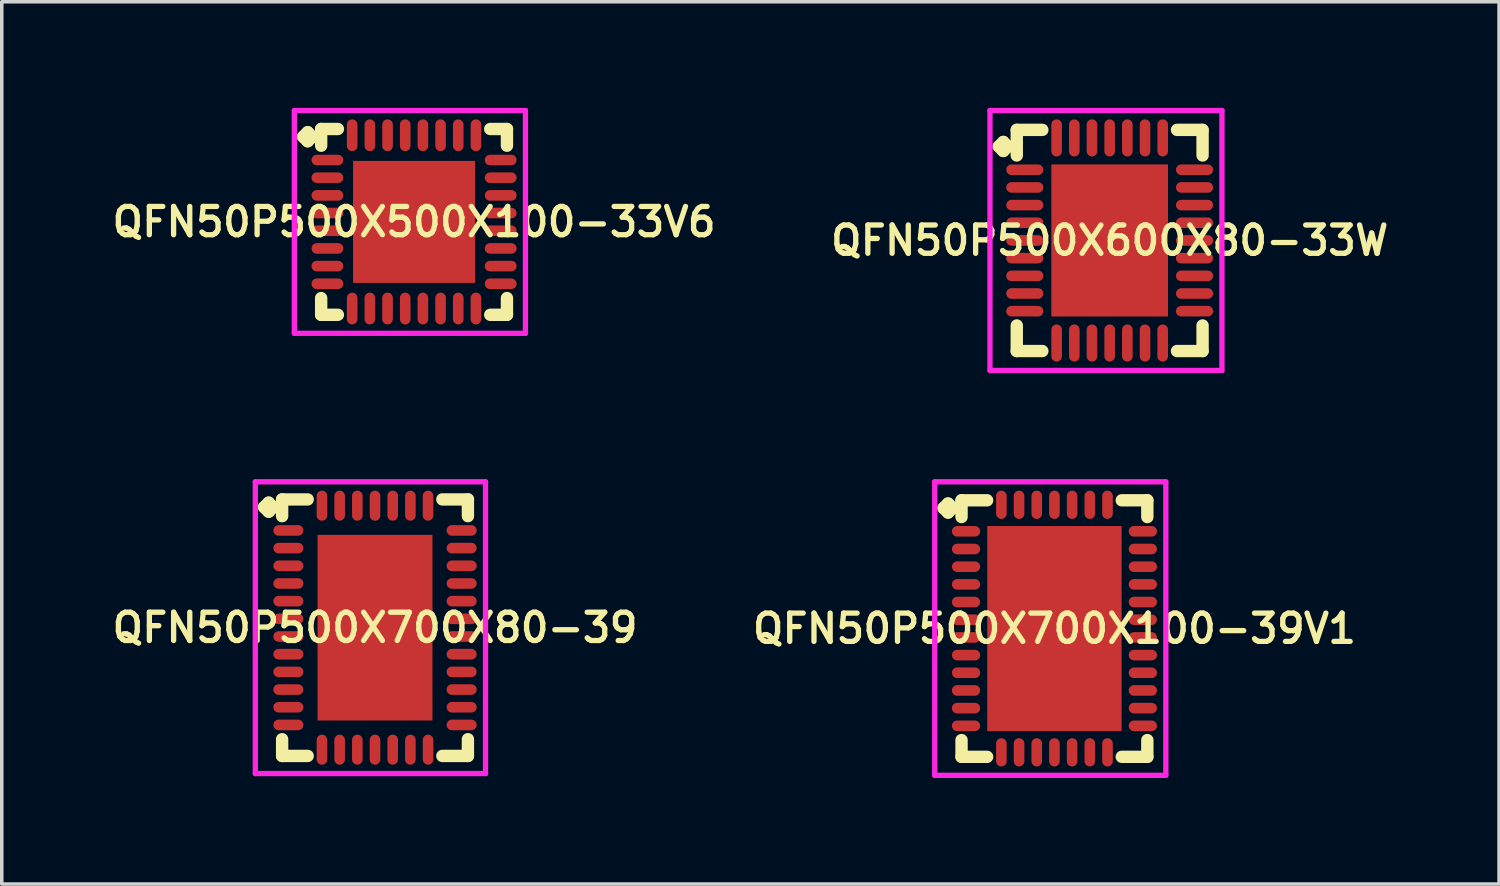
<source format=kicad_pcb>
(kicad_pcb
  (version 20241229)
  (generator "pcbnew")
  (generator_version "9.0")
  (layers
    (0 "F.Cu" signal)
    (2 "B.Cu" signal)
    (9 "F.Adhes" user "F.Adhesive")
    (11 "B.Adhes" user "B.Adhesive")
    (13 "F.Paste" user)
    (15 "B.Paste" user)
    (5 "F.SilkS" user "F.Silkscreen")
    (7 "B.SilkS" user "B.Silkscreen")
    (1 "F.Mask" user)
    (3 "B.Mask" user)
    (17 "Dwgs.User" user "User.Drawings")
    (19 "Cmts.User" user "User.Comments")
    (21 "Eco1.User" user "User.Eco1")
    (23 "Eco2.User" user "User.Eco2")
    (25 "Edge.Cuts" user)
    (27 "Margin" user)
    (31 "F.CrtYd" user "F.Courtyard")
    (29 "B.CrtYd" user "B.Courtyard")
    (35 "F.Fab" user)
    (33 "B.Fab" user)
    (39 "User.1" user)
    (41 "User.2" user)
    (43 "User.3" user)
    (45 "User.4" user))
  (footprint "QFN50P500X700X100-39V1"
    (layer "F.Cu")
    (at 26.768 14.725)
    (property "Reference" "QFN50P500X700X100-39V1" (at 0 0 0) (layer "F.SilkS") (effects (font (size 0.8 0.8) (thickness 0.15))))
    (attr smd)
    (fp_line (start -3.135 -3.408) (end -3.008 -3.535) (stroke (width 0.35) (type solid)) (layer "F.SilkS"))
    (fp_line (start -3.008 -3.535) (end -2.881 -3.408) (stroke (width 0.35) (type solid)) (layer "F.SilkS"))
    (fp_line (start -3.008 -3.281) (end -3.135 -3.408) (stroke (width 0.35) (type solid)) (layer "F.SilkS"))
    (fp_line (start -2.881 -3.408) (end -3.008 -3.281) (stroke (width 0.35) (type solid)) (layer "F.SilkS"))
    (fp_line (start -2.627 -3.627) (end -1.904 -3.627) (stroke (width 0.35) (type solid)) (layer "F.SilkS"))
    (fp_line (start -2.627 -3.154) (end -2.627 -3.627) (stroke (width 0.35) (type solid)) (layer "F.SilkS"))
    (fp_line (start -2.627 3.154) (end -2.627 3.627) (stroke (width 0.35) (type solid)) (layer "F.SilkS"))
    (fp_line (start -2.627 3.627) (end -1.904 3.627) (stroke (width 0.35) (type solid)) (layer "F.SilkS"))
    (fp_line (start 1.904 -3.627) (end 2.627 -3.627) (stroke (width 0.35) (type solid)) (layer "F.SilkS"))
    (fp_line (start 1.904 3.627) (end 2.627 3.627) (stroke (width 0.35) (type solid)) (layer "F.SilkS"))
    (fp_line (start 2.627 -3.627) (end 2.627 -3.154) (stroke (width 0.35) (type solid)) (layer "F.SilkS"))
    (fp_line (start 2.627 3.627) (end 2.627 3.154) (stroke (width 0.35) (type solid)) (layer "F.SilkS"))
    (fp_line (start -3.385 -4.15) (end 3.15 -4.15) (stroke (width 0.15) (type solid)) (layer "F.CrtYd"))
    (fp_line (start -3.385 4.15) (end -3.385 -4.15) (stroke (width 0.15) (type solid)) (layer "F.CrtYd"))
    (fp_line (start 3.15 -4.15) (end 3.15 4.15) (stroke (width 0.15) (type solid)) (layer "F.CrtYd"))
    (fp_line (start 3.15 4.15) (end -3.385 4.15) (stroke (width 0.15) (type solid)) (layer "F.CrtYd"))
    (pad "1" smd oval (at -2.5 -2.75) (size 0.8 0.3) (layers "F.Cu" "F.Mask" "F.Paste"))
    (pad "2" smd oval (at -2.5 -2.25) (size 0.8 0.3) (layers "F.Cu" "F.Mask" "F.Paste"))
    (pad "3" smd oval (at -2.5 -1.75) (size 0.8 0.3) (layers "F.Cu" "F.Mask" "F.Paste"))
    (pad "4" smd oval (at -2.5 -1.25) (size 0.8 0.3) (layers "F.Cu" "F.Mask" "F.Paste"))
    (pad "5" smd oval (at -2.5 -0.75) (size 0.8 0.3) (layers "F.Cu" "F.Mask" "F.Paste"))
    (pad "6" smd oval (at -2.5 -0.25) (size 0.8 0.3) (layers "F.Cu" "F.Mask" "F.Paste"))
    (pad "7" smd oval (at -2.5 0.25) (size 0.8 0.3) (layers "F.Cu" "F.Mask" "F.Paste"))
    (pad "8" smd oval (at -2.5 0.75) (size 0.8 0.3) (layers "F.Cu" "F.Mask" "F.Paste"))
    (pad "9" smd oval (at -2.5 1.25) (size 0.8 0.3) (layers "F.Cu" "F.Mask" "F.Paste"))
    (pad "10" smd oval (at -2.5 1.75) (size 0.8 0.3) (layers "F.Cu" "F.Mask" "F.Paste"))
    (pad "11" smd oval (at -2.5 2.25) (size 0.8 0.3) (layers "F.Cu" "F.Mask" "F.Paste"))
    (pad "12" smd oval (at -2.5 2.75) (size 0.8 0.3) (layers "F.Cu" "F.Mask" "F.Paste"))
    (pad "13" smd oval (at -1.5 3.5) (size 0.3 0.8) (layers "F.Cu" "F.Mask" "F.Paste"))
    (pad "14" smd oval (at -1 3.5) (size 0.3 0.8) (layers "F.Cu" "F.Mask" "F.Paste"))
    (pad "15" smd oval (at -0.5 3.5) (size 0.3 0.8) (layers "F.Cu" "F.Mask" "F.Paste"))
    (pad "16" smd oval (at 0 3.5) (size 0.3 0.8) (layers "F.Cu" "F.Mask" "F.Paste"))
    (pad "17" smd oval (at 0.5 3.5) (size 0.3 0.8) (layers "F.Cu" "F.Mask" "F.Paste"))
    (pad "18" smd oval (at 1 3.5) (size 0.3 0.8) (layers "F.Cu" "F.Mask" "F.Paste"))
    (pad "19" smd oval (at 1.5 3.5) (size 0.3 0.8) (layers "F.Cu" "F.Mask" "F.Paste"))
    (pad "20" smd oval (at 2.5 2.75) (size 0.8 0.3) (layers "F.Cu" "F.Mask" "F.Paste"))
    (pad "21" smd oval (at 2.5 2.25) (size 0.8 0.3) (layers "F.Cu" "F.Mask" "F.Paste"))
    (pad "22" smd oval (at 2.5 1.75) (size 0.8 0.3) (layers "F.Cu" "F.Mask" "F.Paste"))
    (pad "23" smd oval (at 2.5 1.25) (size 0.8 0.3) (layers "F.Cu" "F.Mask" "F.Paste"))
    (pad "24" smd oval (at 2.5 0.75) (size 0.8 0.3) (layers "F.Cu" "F.Mask" "F.Paste"))
    (pad "25" smd oval (at 2.5 0.25) (size 0.8 0.3) (layers "F.Cu" "F.Mask" "F.Paste"))
    (pad "26" smd oval (at 2.5 -0.25) (size 0.8 0.3) (layers "F.Cu" "F.Mask" "F.Paste"))
    (pad "27" smd oval (at 2.5 -0.75) (size 0.8 0.3) (layers "F.Cu" "F.Mask" "F.Paste"))
    (pad "28" smd oval (at 2.5 -1.25) (size 0.8 0.3) (layers "F.Cu" "F.Mask" "F.Paste"))
    (pad "29" smd oval (at 2.5 -1.75) (size 0.8 0.3) (layers "F.Cu" "F.Mask" "F.Paste"))
    (pad "30" smd oval (at 2.5 -2.25) (size 0.8 0.3) (layers "F.Cu" "F.Mask" "F.Paste"))
    (pad "31" smd oval (at 2.5 -2.75) (size 0.8 0.3) (layers "F.Cu" "F.Mask" "F.Paste"))
    (pad "32" smd oval (at 1.5 -3.5) (size 0.3 0.8) (layers "F.Cu" "F.Mask" "F.Paste"))
    (pad "33" smd oval (at 1 -3.5) (size 0.3 0.8) (layers "F.Cu" "F.Mask" "F.Paste"))
    (pad "34" smd oval (at 0.5 -3.5) (size 0.3 0.8) (layers "F.Cu" "F.Mask" "F.Paste"))
    (pad "35" smd oval (at 0 -3.5) (size 0.3 0.8) (layers "F.Cu" "F.Mask" "F.Paste"))
    (pad "36" smd oval (at -0.5 -3.5) (size 0.3 0.8) (layers "F.Cu" "F.Mask" "F.Paste"))
    (pad "37" smd oval (at -1 -3.5) (size 0.3 0.8) (layers "F.Cu" "F.Mask" "F.Paste"))
    (pad "38" smd oval (at -1.5 -3.5) (size 0.3 0.8) (layers "F.Cu" "F.Mask" "F.Paste"))
    (pad "39" smd rect (at 0 0) (size 3.8 5.8) (layers "F.Cu" "F.Mask" "F.Paste")))
  (footprint "QFN50P500X600X80-33W"
    (layer "F.Cu")
    (at 28.33 3.75)
    (property "Reference" "QFN50P500X600X80-33W" (at 0 0 0) (layer "F.SilkS") (effects (font (size 0.8 0.8) (thickness 0.15))))
    (attr smd)
    (fp_line (start -3.135 -2.658) (end -3.008 -2.785) (stroke (width 0.35) (type solid)) (layer "F.SilkS"))
    (fp_line (start -3.008 -2.785) (end -2.881 -2.658) (stroke (width 0.35) (type solid)) (layer "F.SilkS"))
    (fp_line (start -3.008 -2.531) (end -3.135 -2.658) (stroke (width 0.35) (type solid)) (layer "F.SilkS"))
    (fp_line (start -2.881 -2.658) (end -3.008 -2.531) (stroke (width 0.35) (type solid)) (layer "F.SilkS"))
    (fp_line (start -2.627 -3.127) (end -1.904 -3.127) (stroke (width 0.35) (type solid)) (layer "F.SilkS"))
    (fp_line (start -2.627 -2.404) (end -2.627 -3.127) (stroke (width 0.35) (type solid)) (layer "F.SilkS"))
    (fp_line (start -2.627 2.404) (end -2.627 3.127) (stroke (width 0.35) (type solid)) (layer "F.SilkS"))
    (fp_line (start -2.627 3.127) (end -1.904 3.127) (stroke (width 0.35) (type solid)) (layer "F.SilkS"))
    (fp_line (start 1.904 -3.127) (end 2.627 -3.127) (stroke (width 0.35) (type solid)) (layer "F.SilkS"))
    (fp_line (start 1.904 3.127) (end 2.627 3.127) (stroke (width 0.35) (type solid)) (layer "F.SilkS"))
    (fp_line (start 2.627 -3.127) (end 2.627 -2.404) (stroke (width 0.35) (type solid)) (layer "F.SilkS"))
    (fp_line (start 2.627 3.127) (end 2.627 2.404) (stroke (width 0.35) (type solid)) (layer "F.SilkS"))
    (fp_line (start -3.385 -3.675) (end 3.175 -3.675) (stroke (width 0.15) (type solid)) (layer "F.CrtYd"))
    (fp_line (start -3.385 3.675) (end -3.385 -3.675) (stroke (width 0.15) (type solid)) (layer "F.CrtYd"))
    (fp_line (start 3.175 -3.675) (end 3.175 3.675) (stroke (width 0.15) (type solid)) (layer "F.CrtYd"))
    (fp_line (start 3.175 3.675) (end -3.385 3.675) (stroke (width 0.15) (type solid)) (layer "F.CrtYd"))
    (pad "1" smd oval (at -2.4 -2) (size 1.05 0.3) (layers "F.Cu" "F.Mask" "F.Paste"))
    (pad "2" smd oval (at -2.4 -1.5) (size 1.05 0.3) (layers "F.Cu" "F.Mask" "F.Paste"))
    (pad "3" smd oval (at -2.4 -1) (size 1.05 0.3) (layers "F.Cu" "F.Mask" "F.Paste"))
    (pad "4" smd oval (at -2.4 -0.5) (size 1.05 0.3) (layers "F.Cu" "F.Mask" "F.Paste"))
    (pad "5" smd oval (at -2.4 0) (size 1.05 0.3) (layers "F.Cu" "F.Mask" "F.Paste"))
    (pad "6" smd oval (at -2.4 0.5) (size 1.05 0.3) (layers "F.Cu" "F.Mask" "F.Paste"))
    (pad "7" smd oval (at -2.4 1) (size 1.05 0.3) (layers "F.Cu" "F.Mask" "F.Paste"))
    (pad "8" smd oval (at -2.4 1.5) (size 1.05 0.3) (layers "F.Cu" "F.Mask" "F.Paste"))
    (pad "9" smd oval (at -2.4 2) (size 1.05 0.3) (layers "F.Cu" "F.Mask" "F.Paste"))
    (pad "10" smd oval (at -1.5 2.9) (size 0.3 1.05) (layers "F.Cu" "F.Mask" "F.Paste"))
    (pad "11" smd oval (at -1 2.9) (size 0.3 1.05) (layers "F.Cu" "F.Mask" "F.Paste"))
    (pad "12" smd oval (at -0.5 2.9) (size 0.3 1.05) (layers "F.Cu" "F.Mask" "F.Paste"))
    (pad "13" smd oval (at 0 2.9) (size 0.3 1.05) (layers "F.Cu" "F.Mask" "F.Paste"))
    (pad "14" smd oval (at 0.5 2.9) (size 0.3 1.05) (layers "F.Cu" "F.Mask" "F.Paste"))
    (pad "15" smd oval (at 1 2.9) (size 0.3 1.05) (layers "F.Cu" "F.Mask" "F.Paste"))
    (pad "16" smd oval (at 1.5 2.9) (size 0.3 1.05) (layers "F.Cu" "F.Mask" "F.Paste"))
    (pad "17" smd oval (at 2.4 2) (size 1.05 0.3) (layers "F.Cu" "F.Mask" "F.Paste"))
    (pad "18" smd oval (at 2.4 1.5) (size 1.05 0.3) (layers "F.Cu" "F.Mask" "F.Paste"))
    (pad "19" smd oval (at 2.4 1) (size 1.05 0.3) (layers "F.Cu" "F.Mask" "F.Paste"))
    (pad "20" smd oval (at 2.4 0.5) (size 1.05 0.3) (layers "F.Cu" "F.Mask" "F.Paste"))
    (pad "21" smd oval (at 2.4 0) (size 1.05 0.3) (layers "F.Cu" "F.Mask" "F.Paste"))
    (pad "22" smd oval (at 2.4 -0.5) (size 1.05 0.3) (layers "F.Cu" "F.Mask" "F.Paste"))
    (pad "23" smd oval (at 2.4 -1) (size 1.05 0.3) (layers "F.Cu" "F.Mask" "F.Paste"))
    (pad "24" smd oval (at 2.4 -1.5) (size 1.05 0.3) (layers "F.Cu" "F.Mask" "F.Paste"))
    (pad "25" smd oval (at 2.4 -2) (size 1.05 0.3) (layers "F.Cu" "F.Mask" "F.Paste"))
    (pad "26" smd oval (at 1.5 -2.9) (size 0.3 1.05) (layers "F.Cu" "F.Mask" "F.Paste"))
    (pad "27" smd oval (at 1 -2.9) (size 0.3 1.05) (layers "F.Cu" "F.Mask" "F.Paste"))
    (pad "28" smd oval (at 0.5 -2.9) (size 0.3 1.05) (layers "F.Cu" "F.Mask" "F.Paste"))
    (pad "29" smd oval (at 0 -2.9) (size 0.3 1.05) (layers "F.Cu" "F.Mask" "F.Paste"))
    (pad "30" smd oval (at -0.5 -2.9) (size 0.3 1.05) (layers "F.Cu" "F.Mask" "F.Paste"))
    (pad "31" smd oval (at -1 -2.9) (size 0.3 1.05) (layers "F.Cu" "F.Mask" "F.Paste"))
    (pad "32" smd oval (at -1.5 -2.9) (size 0.3 1.05) (layers "F.Cu" "F.Mask" "F.Paste"))
    (pad "33" smd rect (at 0 0) (size 3.3 4.3) (layers "F.Cu" "F.Mask" "F.Paste")))
  (footprint "QFN50P500X700X80-39"
    (layer "F.Cu")
    (at 7.555 14.7)
    (property "Reference" "QFN50P500X700X80-39" (at 0 0 0) (layer "F.SilkS") (effects (font (size 0.8 0.8) (thickness 0.15))))
    (attr smd)
    (fp_line (start -3.135 -3.408) (end -3.008 -3.535) (stroke (width 0.35) (type solid)) (layer "F.SilkS"))
    (fp_line (start -3.008 -3.535) (end -2.881 -3.408) (stroke (width 0.35) (type solid)) (layer "F.SilkS"))
    (fp_line (start -3.008 -3.281) (end -3.135 -3.408) (stroke (width 0.35) (type solid)) (layer "F.SilkS"))
    (fp_line (start -2.881 -3.408) (end -3.008 -3.281) (stroke (width 0.35) (type solid)) (layer "F.SilkS"))
    (fp_line (start -2.627 -3.627) (end -1.904 -3.627) (stroke (width 0.35) (type solid)) (layer "F.SilkS"))
    (fp_line (start -2.627 -3.154) (end -2.627 -3.627) (stroke (width 0.35) (type solid)) (layer "F.SilkS"))
    (fp_line (start -2.627 3.154) (end -2.627 3.627) (stroke (width 0.35) (type solid)) (layer "F.SilkS"))
    (fp_line (start -2.627 3.627) (end -1.904 3.627) (stroke (width 0.35) (type solid)) (layer "F.SilkS"))
    (fp_line (start 1.904 -3.627) (end 2.627 -3.627) (stroke (width 0.35) (type solid)) (layer "F.SilkS"))
    (fp_line (start 1.904 3.627) (end 2.627 3.627) (stroke (width 0.35) (type solid)) (layer "F.SilkS"))
    (fp_line (start 2.627 -3.627) (end 2.627 -3.154) (stroke (width 0.35) (type solid)) (layer "F.SilkS"))
    (fp_line (start 2.627 3.627) (end 2.627 3.154) (stroke (width 0.35) (type solid)) (layer "F.SilkS"))
    (fp_line (start -3.385 -4.125) (end 3.125 -4.125) (stroke (width 0.15) (type solid)) (layer "F.CrtYd"))
    (fp_line (start -3.385 4.125) (end -3.385 -4.125) (stroke (width 0.15) (type solid)) (layer "F.CrtYd"))
    (fp_line (start 3.125 -4.125) (end 3.125 4.125) (stroke (width 0.15) (type solid)) (layer "F.CrtYd"))
    (fp_line (start 3.125 4.125) (end -3.385 4.125) (stroke (width 0.15) (type solid)) (layer "F.CrtYd"))
    (pad "1" smd oval (at -2.45 -2.75) (size 0.85 0.3) (layers "F.Cu" "F.Mask" "F.Paste"))
    (pad "2" smd oval (at -2.45 -2.25) (size 0.85 0.3) (layers "F.Cu" "F.Mask" "F.Paste"))
    (pad "3" smd oval (at -2.45 -1.75) (size 0.85 0.3) (layers "F.Cu" "F.Mask" "F.Paste"))
    (pad "4" smd oval (at -2.45 -1.25) (size 0.85 0.3) (layers "F.Cu" "F.Mask" "F.Paste"))
    (pad "5" smd oval (at -2.45 -0.75) (size 0.85 0.3) (layers "F.Cu" "F.Mask" "F.Paste"))
    (pad "6" smd oval (at -2.45 -0.25) (size 0.85 0.3) (layers "F.Cu" "F.Mask" "F.Paste"))
    (pad "7" smd oval (at -2.45 0.25) (size 0.85 0.3) (layers "F.Cu" "F.Mask" "F.Paste"))
    (pad "8" smd oval (at -2.45 0.75) (size 0.85 0.3) (layers "F.Cu" "F.Mask" "F.Paste"))
    (pad "9" smd oval (at -2.45 1.25) (size 0.85 0.3) (layers "F.Cu" "F.Mask" "F.Paste"))
    (pad "10" smd oval (at -2.45 1.75) (size 0.85 0.3) (layers "F.Cu" "F.Mask" "F.Paste"))
    (pad "11" smd oval (at -2.45 2.25) (size 0.85 0.3) (layers "F.Cu" "F.Mask" "F.Paste"))
    (pad "12" smd oval (at -2.45 2.75) (size 0.85 0.3) (layers "F.Cu" "F.Mask" "F.Paste"))
    (pad "13" smd oval (at -1.5 3.45) (size 0.3 0.85) (layers "F.Cu" "F.Mask" "F.Paste"))
    (pad "14" smd oval (at -1 3.45) (size 0.3 0.85) (layers "F.Cu" "F.Mask" "F.Paste"))
    (pad "15" smd oval (at -0.5 3.45) (size 0.3 0.85) (layers "F.Cu" "F.Mask" "F.Paste"))
    (pad "16" smd oval (at 0 3.45) (size 0.3 0.85) (layers "F.Cu" "F.Mask" "F.Paste"))
    (pad "17" smd oval (at 0.5 3.45) (size 0.3 0.85) (layers "F.Cu" "F.Mask" "F.Paste"))
    (pad "18" smd oval (at 1 3.45) (size 0.3 0.85) (layers "F.Cu" "F.Mask" "F.Paste"))
    (pad "19" smd oval (at 1.5 3.45) (size 0.3 0.85) (layers "F.Cu" "F.Mask" "F.Paste"))
    (pad "20" smd oval (at 2.45 2.75) (size 0.85 0.3) (layers "F.Cu" "F.Mask" "F.Paste"))
    (pad "21" smd oval (at 2.45 2.25) (size 0.85 0.3) (layers "F.Cu" "F.Mask" "F.Paste"))
    (pad "22" smd oval (at 2.45 1.75) (size 0.85 0.3) (layers "F.Cu" "F.Mask" "F.Paste"))
    (pad "23" smd oval (at 2.45 1.25) (size 0.85 0.3) (layers "F.Cu" "F.Mask" "F.Paste"))
    (pad "24" smd oval (at 2.45 0.75) (size 0.85 0.3) (layers "F.Cu" "F.Mask" "F.Paste"))
    (pad "25" smd oval (at 2.45 0.25) (size 0.85 0.3) (layers "F.Cu" "F.Mask" "F.Paste"))
    (pad "26" smd oval (at 2.45 -0.25) (size 0.85 0.3) (layers "F.Cu" "F.Mask" "F.Paste"))
    (pad "27" smd oval (at 2.45 -0.75) (size 0.85 0.3) (layers "F.Cu" "F.Mask" "F.Paste"))
    (pad "28" smd oval (at 2.45 -1.25) (size 0.85 0.3) (layers "F.Cu" "F.Mask" "F.Paste"))
    (pad "29" smd oval (at 2.45 -1.75) (size 0.85 0.3) (layers "F.Cu" "F.Mask" "F.Paste"))
    (pad "30" smd oval (at 2.45 -2.25) (size 0.85 0.3) (layers "F.Cu" "F.Mask" "F.Paste"))
    (pad "31" smd oval (at 2.45 -2.75) (size 0.85 0.3) (layers "F.Cu" "F.Mask" "F.Paste"))
    (pad "32" smd oval (at 1.5 -3.45) (size 0.3 0.85) (layers "F.Cu" "F.Mask" "F.Paste"))
    (pad "33" smd oval (at 1 -3.45) (size 0.3 0.85) (layers "F.Cu" "F.Mask" "F.Paste"))
    (pad "34" smd oval (at 0.5 -3.45) (size 0.3 0.85) (layers "F.Cu" "F.Mask" "F.Paste"))
    (pad "35" smd oval (at 0 -3.45) (size 0.3 0.85) (layers "F.Cu" "F.Mask" "F.Paste"))
    (pad "36" smd oval (at -0.5 -3.45) (size 0.3 0.85) (layers "F.Cu" "F.Mask" "F.Paste"))
    (pad "37" smd oval (at -1 -3.45) (size 0.3 0.85) (layers "F.Cu" "F.Mask" "F.Paste"))
    (pad "38" smd oval (at -1.5 -3.45) (size 0.3 0.85) (layers "F.Cu" "F.Mask" "F.Paste"))
    (pad "39" smd rect (at 0 0) (size 3.25 5.25) (layers "F.Cu" "F.Mask" "F.Paste")))
  (footprint "QFN50P500X500X100-33V6"
    (layer "F.Cu")
    (at 8.659 3.225)
    (property "Reference" "QFN50P500X500X100-33V6" (at 0 0 0) (layer "F.SilkS") (effects (font (size 0.8 0.8) (thickness 0.15))))
    (attr smd)
    (fp_line (start -3.135 -2.408) (end -3.008 -2.535) (stroke (width 0.35) (type solid)) (layer "F.SilkS"))
    (fp_line (start -3.008 -2.535) (end -2.881 -2.408) (stroke (width 0.35) (type solid)) (layer "F.SilkS"))
    (fp_line (start -3.008 -2.281) (end -3.135 -2.408) (stroke (width 0.35) (type solid)) (layer "F.SilkS"))
    (fp_line (start -2.881 -2.408) (end -3.008 -2.281) (stroke (width 0.35) (type solid)) (layer "F.SilkS"))
    (fp_line (start -2.627 -2.627) (end -2.154 -2.627) (stroke (width 0.35) (type solid)) (layer "F.SilkS"))
    (fp_line (start -2.627 -2.154) (end -2.627 -2.627) (stroke (width 0.35) (type solid)) (layer "F.SilkS"))
    (fp_line (start -2.627 2.154) (end -2.627 2.627) (stroke (width 0.35) (type solid)) (layer "F.SilkS"))
    (fp_line (start -2.627 2.627) (end -2.154 2.627) (stroke (width 0.35) (type solid)) (layer "F.SilkS"))
    (fp_line (start 2.154 -2.627) (end 2.627 -2.627) (stroke (width 0.35) (type solid)) (layer "F.SilkS"))
    (fp_line (start 2.154 2.627) (end 2.627 2.627) (stroke (width 0.35) (type solid)) (layer "F.SilkS"))
    (fp_line (start 2.627 -2.627) (end 2.627 -2.154) (stroke (width 0.35) (type solid)) (layer "F.SilkS"))
    (fp_line (start 2.627 2.627) (end 2.627 2.154) (stroke (width 0.35) (type solid)) (layer "F.SilkS"))
    (fp_line (start -3.385 -3.15) (end 3.15 -3.15) (stroke (width 0.15) (type solid)) (layer "F.CrtYd"))
    (fp_line (start -3.385 3.15) (end -3.385 -3.15) (stroke (width 0.15) (type solid)) (layer "F.CrtYd"))
    (fp_line (start 3.15 -3.15) (end 3.15 3.15) (stroke (width 0.15) (type solid)) (layer "F.CrtYd"))
    (fp_line (start 3.15 3.15) (end -3.385 3.15) (stroke (width 0.15) (type solid)) (layer "F.CrtYd"))
    (pad "1" smd oval (at -2.45 -1.75) (size 0.9 0.3) (layers "F.Cu" "F.Mask" "F.Paste"))
    (pad "2" smd oval (at -2.45 -1.25) (size 0.9 0.3) (layers "F.Cu" "F.Mask" "F.Paste"))
    (pad "3" smd oval (at -2.45 -0.75) (size 0.9 0.3) (layers "F.Cu" "F.Mask" "F.Paste"))
    (pad "4" smd oval (at -2.45 -0.25) (size 0.9 0.3) (layers "F.Cu" "F.Mask" "F.Paste"))
    (pad "5" smd oval (at -2.45 0.25) (size 0.9 0.3) (layers "F.Cu" "F.Mask" "F.Paste"))
    (pad "6" smd oval (at -2.45 0.75) (size 0.9 0.3) (layers "F.Cu" "F.Mask" "F.Paste"))
    (pad "7" smd oval (at -2.45 1.25) (size 0.9 0.3) (layers "F.Cu" "F.Mask" "F.Paste"))
    (pad "8" smd oval (at -2.45 1.75) (size 0.9 0.3) (layers "F.Cu" "F.Mask" "F.Paste"))
    (pad "9" smd oval (at -1.75 2.45) (size 0.3 0.9) (layers "F.Cu" "F.Mask" "F.Paste"))
    (pad "10" smd oval (at -1.25 2.45) (size 0.3 0.9) (layers "F.Cu" "F.Mask" "F.Paste"))
    (pad "11" smd oval (at -0.75 2.45) (size 0.3 0.9) (layers "F.Cu" "F.Mask" "F.Paste"))
    (pad "12" smd oval (at -0.25 2.45) (size 0.3 0.9) (layers "F.Cu" "F.Mask" "F.Paste"))
    (pad "13" smd oval (at 0.25 2.45) (size 0.3 0.9) (layers "F.Cu" "F.Mask" "F.Paste"))
    (pad "14" smd oval (at 0.75 2.45) (size 0.3 0.9) (layers "F.Cu" "F.Mask" "F.Paste"))
    (pad "15" smd oval (at 1.25 2.45) (size 0.3 0.9) (layers "F.Cu" "F.Mask" "F.Paste"))
    (pad "16" smd oval (at 1.75 2.45) (size 0.3 0.9) (layers "F.Cu" "F.Mask" "F.Paste"))
    (pad "17" smd oval (at 2.45 1.75) (size 0.9 0.3) (layers "F.Cu" "F.Mask" "F.Paste"))
    (pad "18" smd oval (at 2.45 1.25) (size 0.9 0.3) (layers "F.Cu" "F.Mask" "F.Paste"))
    (pad "19" smd oval (at 2.45 0.75) (size 0.9 0.3) (layers "F.Cu" "F.Mask" "F.Paste"))
    (pad "20" smd oval (at 2.45 0.25) (size 0.9 0.3) (layers "F.Cu" "F.Mask" "F.Paste"))
    (pad "21" smd oval (at 2.45 -0.25) (size 0.9 0.3) (layers "F.Cu" "F.Mask" "F.Paste"))
    (pad "22" smd oval (at 2.45 -0.75) (size 0.9 0.3) (layers "F.Cu" "F.Mask" "F.Paste"))
    (pad "23" smd oval (at 2.45 -1.25) (size 0.9 0.3) (layers "F.Cu" "F.Mask" "F.Paste"))
    (pad "24" smd oval (at 2.45 -1.75) (size 0.9 0.3) (layers "F.Cu" "F.Mask" "F.Paste"))
    (pad "25" smd oval (at 1.75 -2.45) (size 0.3 0.9) (layers "F.Cu" "F.Mask" "F.Paste"))
    (pad "26" smd oval (at 1.25 -2.45) (size 0.3 0.9) (layers "F.Cu" "F.Mask" "F.Paste"))
    (pad "27" smd oval (at 0.75 -2.45) (size 0.3 0.9) (layers "F.Cu" "F.Mask" "F.Paste"))
    (pad "28" smd oval (at 0.25 -2.45) (size 0.3 0.9) (layers "F.Cu" "F.Mask" "F.Paste"))
    (pad "29" smd oval (at -0.25 -2.45) (size 0.3 0.9) (layers "F.Cu" "F.Mask" "F.Paste"))
    (pad "30" smd oval (at -0.75 -2.45) (size 0.3 0.9) (layers "F.Cu" "F.Mask" "F.Paste"))
    (pad "31" smd oval (at -1.25 -2.45) (size 0.3 0.9) (layers "F.Cu" "F.Mask" "F.Paste"))
    (pad "32" smd oval (at -1.75 -2.45) (size 0.3 0.9) (layers "F.Cu" "F.Mask" "F.Paste"))
    (pad "33" smd rect (at 0 0) (size 3.45 3.45) (layers "F.Cu" "F.Mask" "F.Paste")))
  (gr_rect
    (start -3 -3)
    (end 39.342 21.95)
    (stroke (width 0.1) (type default))
    (fill no)
    (layer "Edge.Cuts")))
</source>
